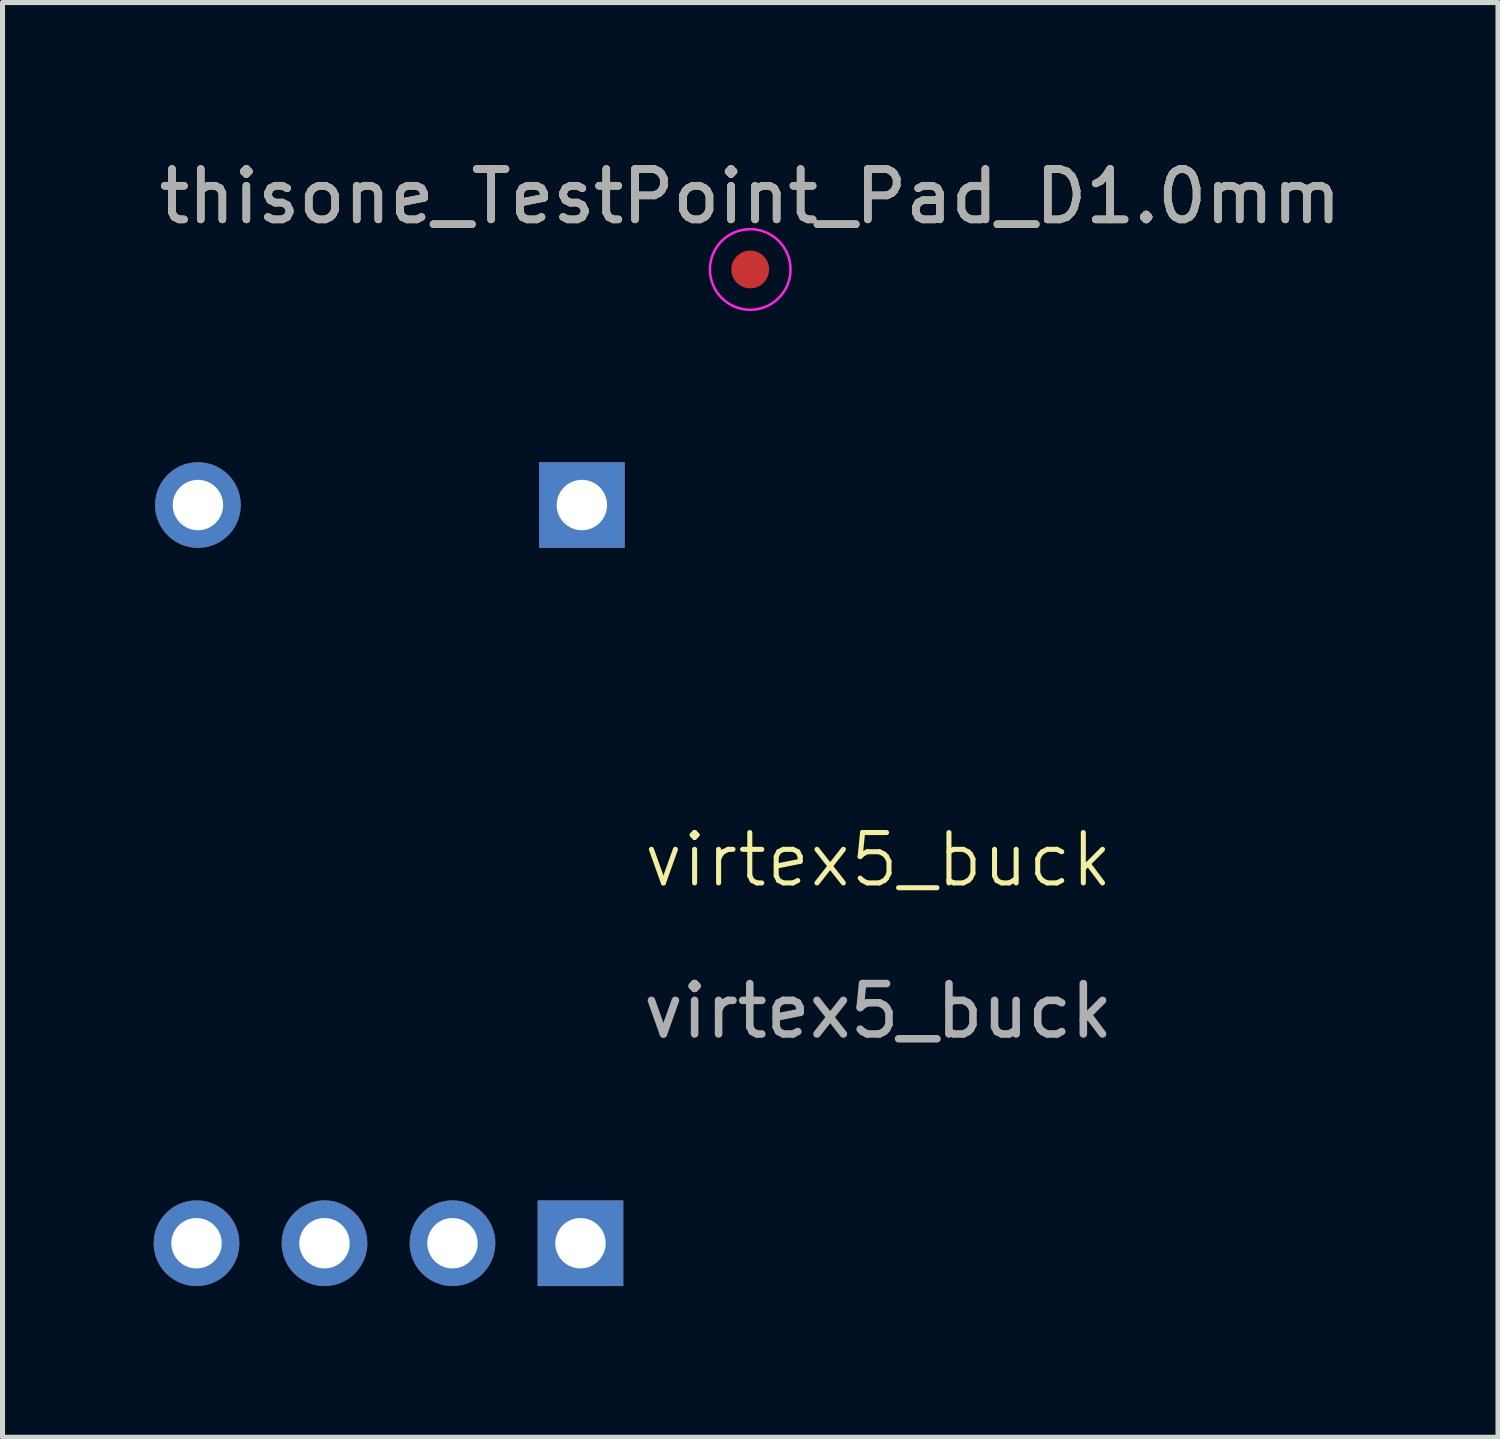
<source format=kicad_pcb>
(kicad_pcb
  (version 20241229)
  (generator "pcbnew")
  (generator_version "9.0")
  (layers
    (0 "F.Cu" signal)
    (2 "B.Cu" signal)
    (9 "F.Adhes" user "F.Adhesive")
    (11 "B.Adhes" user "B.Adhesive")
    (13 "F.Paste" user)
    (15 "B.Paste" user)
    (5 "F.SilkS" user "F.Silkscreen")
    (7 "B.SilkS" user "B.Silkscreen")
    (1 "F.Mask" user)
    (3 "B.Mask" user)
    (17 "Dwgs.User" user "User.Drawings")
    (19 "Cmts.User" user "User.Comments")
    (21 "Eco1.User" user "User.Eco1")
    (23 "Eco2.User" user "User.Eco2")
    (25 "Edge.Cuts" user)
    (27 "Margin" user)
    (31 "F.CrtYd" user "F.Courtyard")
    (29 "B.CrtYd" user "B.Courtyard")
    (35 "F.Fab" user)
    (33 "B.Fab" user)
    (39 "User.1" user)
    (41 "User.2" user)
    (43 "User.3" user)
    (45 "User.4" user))
  (footprint "virtex5_buck"
    (layer "F.Cu")
    (at 14.378 14.515)
    (property "Reference" "virtex5_buck" (at 0 -0.5 0) (unlocked yes) (layer "F.SilkS") (effects (font (size 1 1) (thickness 0.1))))
    (attr through_hole)
    (fp_text user "${REFERENCE}" (at 0 2.5 0) (unlocked yes) (layer "F.Fab") (effects (font (size 1 1) (thickness 0.15))))
    (pad "1" thru_hole rect (at -5.908 7.108 270) (size 1.7 1.7) (drill 1) (layers "*.Cu" "*.Mask"))
    (pad "2" thru_hole oval (at -8.448 7.108 270) (size 1.7 1.7) (drill 1) (layers "*.Cu" "*.Mask"))
    (pad "3" thru_hole oval (at -10.988 7.108 270) (size 1.7 1.7) (drill 1) (layers "*.Cu" "*.Mask"))
    (pad "4" thru_hole oval (at -13.528 7.108 270) (size 1.7 1.7) (drill 1) (layers "*.Cu" "*.Mask"))
    (pad "5" thru_hole rect (at -5.88 -7.542 270) (size 1.7 1.7) (drill 1) (layers "*.Cu" "*.Mask"))
    (pad "6" thru_hole oval (at -13.5 -7.542 270) (size 1.7 1.7) (drill 1) (layers "*.Cu" "*.Mask")))
  (footprint "thisone_TestPoint_Pad_D1.0mm"
    (layer "F.Cu")
    (at 11.839 2.298)
    (property "Reference" "thisone_TestPoint_Pad_D1.0mm" (at 0 -1.448 0) (layer "F.SilkS") (effects (font (size 1 1) (thickness 0.15))))
    (attr exclude_from_pos_files)
    (fp_circle (center 0 0) (end 0.8 0) (stroke (width 0.05) (type solid)) (fill no) (layer "F.CrtYd"))
    (fp_text user "${REFERENCE}" (at 0 -1.45 0) (layer "F.Fab") (effects (font (size 1 1) (thickness 0.15))))
    (pad "1" smd circle (at 0 0) (size 0.75 0.75) (layers "F.Cu" "F.Mask")))
  (gr_rect
    (start -3 -3)
    (end 26.679 25.473)
    (stroke (width 0.1) (type default))
    (fill no)
    (layer "Edge.Cuts")))
</source>
